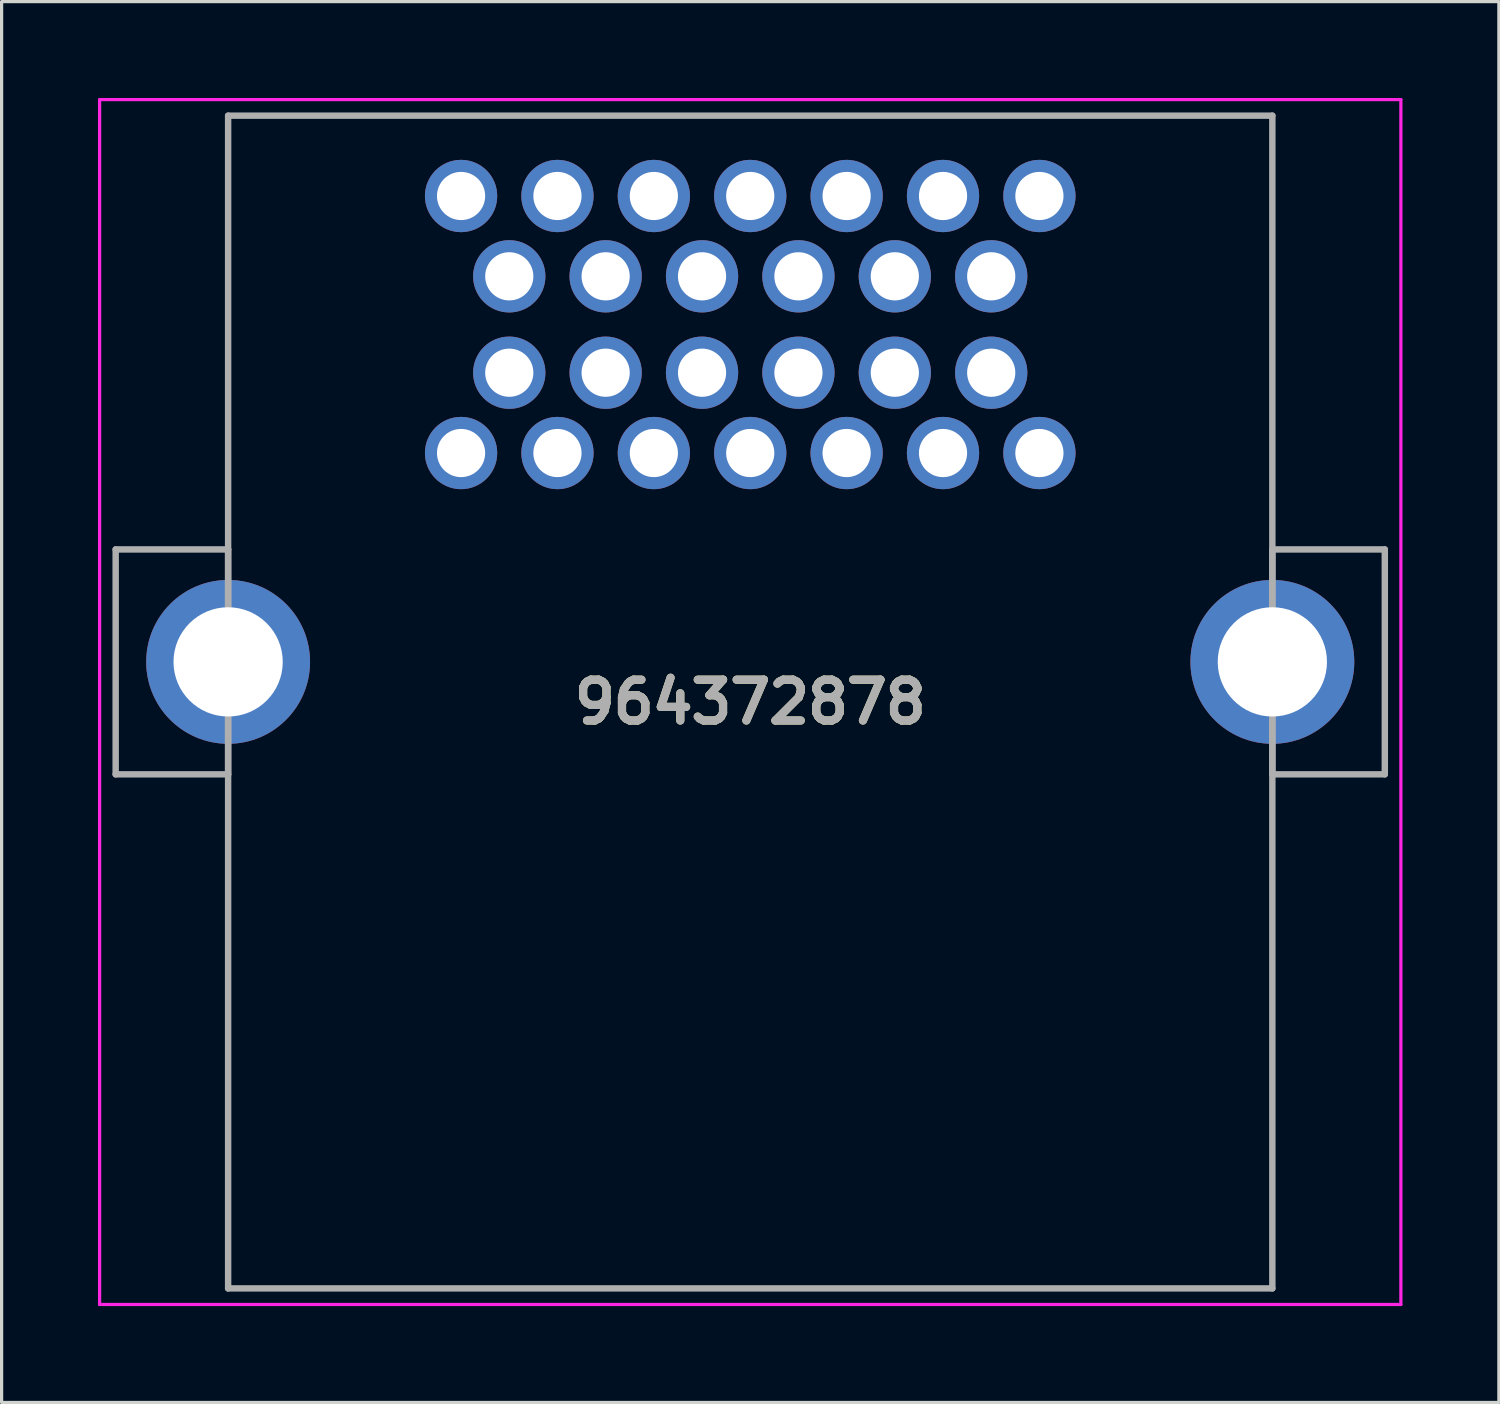
<source format=kicad_pcb>
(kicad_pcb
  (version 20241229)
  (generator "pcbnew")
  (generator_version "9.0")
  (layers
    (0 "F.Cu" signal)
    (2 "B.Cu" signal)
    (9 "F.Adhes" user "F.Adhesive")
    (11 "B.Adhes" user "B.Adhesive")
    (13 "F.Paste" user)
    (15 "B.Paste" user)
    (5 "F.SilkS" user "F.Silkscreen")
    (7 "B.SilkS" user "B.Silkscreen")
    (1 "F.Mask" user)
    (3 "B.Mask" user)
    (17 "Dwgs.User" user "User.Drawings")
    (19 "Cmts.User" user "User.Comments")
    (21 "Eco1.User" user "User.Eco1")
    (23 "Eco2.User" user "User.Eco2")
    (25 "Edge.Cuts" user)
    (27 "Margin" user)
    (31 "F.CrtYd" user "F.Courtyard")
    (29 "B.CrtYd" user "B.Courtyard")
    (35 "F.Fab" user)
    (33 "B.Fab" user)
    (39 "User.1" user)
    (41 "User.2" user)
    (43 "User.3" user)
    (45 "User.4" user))
  (footprint "964372878"
    (layer "F.Cu")
    (at 11.3 3.05)
    (property "Reference" "964372878" (at 9 15.75 0) (layer "F.SilkS") (effects (font (size 1.27 1.27) (thickness 0.254))))
    (attr through_hole)
    (fp_line (start -7.25 -2.5) (end 25.25 -2.5) (stroke (width 0.1) (type solid)) (layer "F.SilkS"))
    (fp_line (start -7.25 11) (end -7.25 -2.5) (stroke (width 0.1) (type solid)) (layer "F.SilkS"))
    (fp_line (start -7.25 18) (end -7.25 34) (stroke (width 0.1) (type solid)) (layer "F.SilkS"))
    (fp_line (start -7.25 34) (end 25.25 34) (stroke (width 0.1) (type solid)) (layer "F.SilkS"))
    (fp_line (start 25.25 -2.5) (end 25.25 11) (stroke (width 0.1) (type solid)) (layer "F.SilkS"))
    (fp_line (start 25.25 34) (end 25.25 18) (stroke (width 0.1) (type solid)) (layer "F.SilkS"))
    (fp_line (start -11.25 -3) (end 29.25 -3) (stroke (width 0.1) (type solid)) (layer "F.CrtYd"))
    (fp_line (start -11.25 34.5) (end -11.25 -3) (stroke (width 0.1) (type solid)) (layer "F.CrtYd"))
    (fp_line (start 29.25 -3) (end 29.25 34.5) (stroke (width 0.1) (type solid)) (layer "F.CrtYd"))
    (fp_line (start 29.25 34.5) (end -11.25 34.5) (stroke (width 0.1) (type solid)) (layer "F.CrtYd"))
    (fp_line (start -10.75 11) (end -10.75 18) (stroke (width 0.2) (type solid)) (layer "F.Fab"))
    (fp_line (start -10.75 18) (end -7.25 18) (stroke (width 0.2) (type solid)) (layer "F.Fab"))
    (fp_line (start -7.25 -2.5) (end 25.25 -2.5) (stroke (width 0.2) (type solid)) (layer "F.Fab"))
    (fp_line (start -7.25 11) (end -10.75 11) (stroke (width 0.2) (type solid)) (layer "F.Fab"))
    (fp_line (start -7.25 18) (end -7.25 11) (stroke (width 0.2) (type solid)) (layer "F.Fab"))
    (fp_line (start -7.25 34) (end -7.25 -2.5) (stroke (width 0.2) (type solid)) (layer "F.Fab"))
    (fp_line (start 25.25 -2.5) (end 25.25 34) (stroke (width 0.2) (type solid)) (layer "F.Fab"))
    (fp_line (start 25.25 11) (end 28.75 11) (stroke (width 0.2) (type solid)) (layer "F.Fab"))
    (fp_line (start 25.25 18) (end 25.25 11) (stroke (width 0.2) (type solid)) (layer "F.Fab"))
    (fp_line (start 25.25 34) (end -7.25 34) (stroke (width 0.2) (type solid)) (layer "F.Fab"))
    (fp_line (start 28.75 11) (end 28.75 18) (stroke (width 0.2) (type solid)) (layer "F.Fab"))
    (fp_line (start 28.75 18) (end 25.25 18) (stroke (width 0.2) (type solid)) (layer "F.Fab"))
    (fp_text user "${REFERENCE}" (at 9 15.75 0) (layer "F.Fab") (effects (font (size 1.27 1.27) (thickness 0.254))))
    (pad "1" thru_hole circle (at 0 0) (size 2.25 2.25) (drill 1.5) (layers "*.Cu" "*.Mask"))
    (pad "2" thru_hole circle (at 3 0) (size 2.25 2.25) (drill 1.5) (layers "*.Cu" "*.Mask"))
    (pad "3" thru_hole circle (at 6 0) (size 2.25 2.25) (drill 1.5) (layers "*.Cu" "*.Mask"))
    (pad "4" thru_hole circle (at 9 0) (size 2.25 2.25) (drill 1.5) (layers "*.Cu" "*.Mask"))
    (pad "5" thru_hole circle (at 12 0) (size 2.25 2.25) (drill 1.5) (layers "*.Cu" "*.Mask"))
    (pad "6" thru_hole circle (at 15 0) (size 2.25 2.25) (drill 1.5) (layers "*.Cu" "*.Mask"))
    (pad "7" thru_hole circle (at 18 0) (size 2.25 2.25) (drill 1.5) (layers "*.Cu" "*.Mask"))
    (pad "8" thru_hole circle (at 1.5 2.5) (size 2.25 2.25) (drill 1.5) (layers "*.Cu" "*.Mask"))
    (pad "9" thru_hole circle (at 4.5 2.5) (size 2.25 2.25) (drill 1.5) (layers "*.Cu" "*.Mask"))
    (pad "10" thru_hole circle (at 7.5 2.5) (size 2.25 2.25) (drill 1.5) (layers "*.Cu" "*.Mask"))
    (pad "11" thru_hole circle (at 10.5 2.5) (size 2.25 2.25) (drill 1.5) (layers "*.Cu" "*.Mask"))
    (pad "12" thru_hole circle (at 13.5 2.5) (size 2.25 2.25) (drill 1.5) (layers "*.Cu" "*.Mask"))
    (pad "13" thru_hole circle (at 16.5 2.5) (size 2.25 2.25) (drill 1.5) (layers "*.Cu" "*.Mask"))
    (pad "14" thru_hole circle (at 1.5 5.5) (size 2.25 2.25) (drill 1.5) (layers "*.Cu" "*.Mask"))
    (pad "15" thru_hole circle (at 4.5 5.5) (size 2.25 2.25) (drill 1.5) (layers "*.Cu" "*.Mask"))
    (pad "16" thru_hole circle (at 7.5 5.5) (size 2.25 2.25) (drill 1.5) (layers "*.Cu" "*.Mask"))
    (pad "17" thru_hole circle (at 10.5 5.5) (size 2.25 2.25) (drill 1.5) (layers "*.Cu" "*.Mask"))
    (pad "18" thru_hole circle (at 13.5 5.5) (size 2.25 2.25) (drill 1.5) (layers "*.Cu" "*.Mask"))
    (pad "19" thru_hole circle (at 16.5 5.5) (size 2.25 2.25) (drill 1.5) (layers "*.Cu" "*.Mask"))
    (pad "20" thru_hole circle (at 0 8) (size 2.25 2.25) (drill 1.5) (layers "*.Cu" "*.Mask"))
    (pad "21" thru_hole circle (at 3 8) (size 2.25 2.25) (drill 1.5) (layers "*.Cu" "*.Mask"))
    (pad "22" thru_hole circle (at 6 8) (size 2.25 2.25) (drill 1.5) (layers "*.Cu" "*.Mask"))
    (pad "23" thru_hole circle (at 9 8) (size 2.25 2.25) (drill 1.5) (layers "*.Cu" "*.Mask"))
    (pad "24" thru_hole circle (at 12 8) (size 2.25 2.25) (drill 1.5) (layers "*.Cu" "*.Mask"))
    (pad "25" thru_hole circle (at 15 8) (size 2.25 2.25) (drill 1.5) (layers "*.Cu" "*.Mask"))
    (pad "26" thru_hole circle (at 18 8) (size 2.25 2.25) (drill 1.5) (layers "*.Cu" "*.Mask"))
    (pad "MH1" thru_hole circle (at -7.25 14.5) (size 5.1 5.1) (drill 3.4) (layers "*.Cu" "*.Mask"))
    (pad "MH2" thru_hole circle (at 25.25 14.5) (size 5.1 5.1) (drill 3.4) (layers "*.Cu" "*.Mask")))
  (gr_rect
    (start -3 -3)
    (end 43.6 40.6)
    (stroke (width 0.1) (type default))
    (fill no)
    (layer "Edge.Cuts")))
</source>
